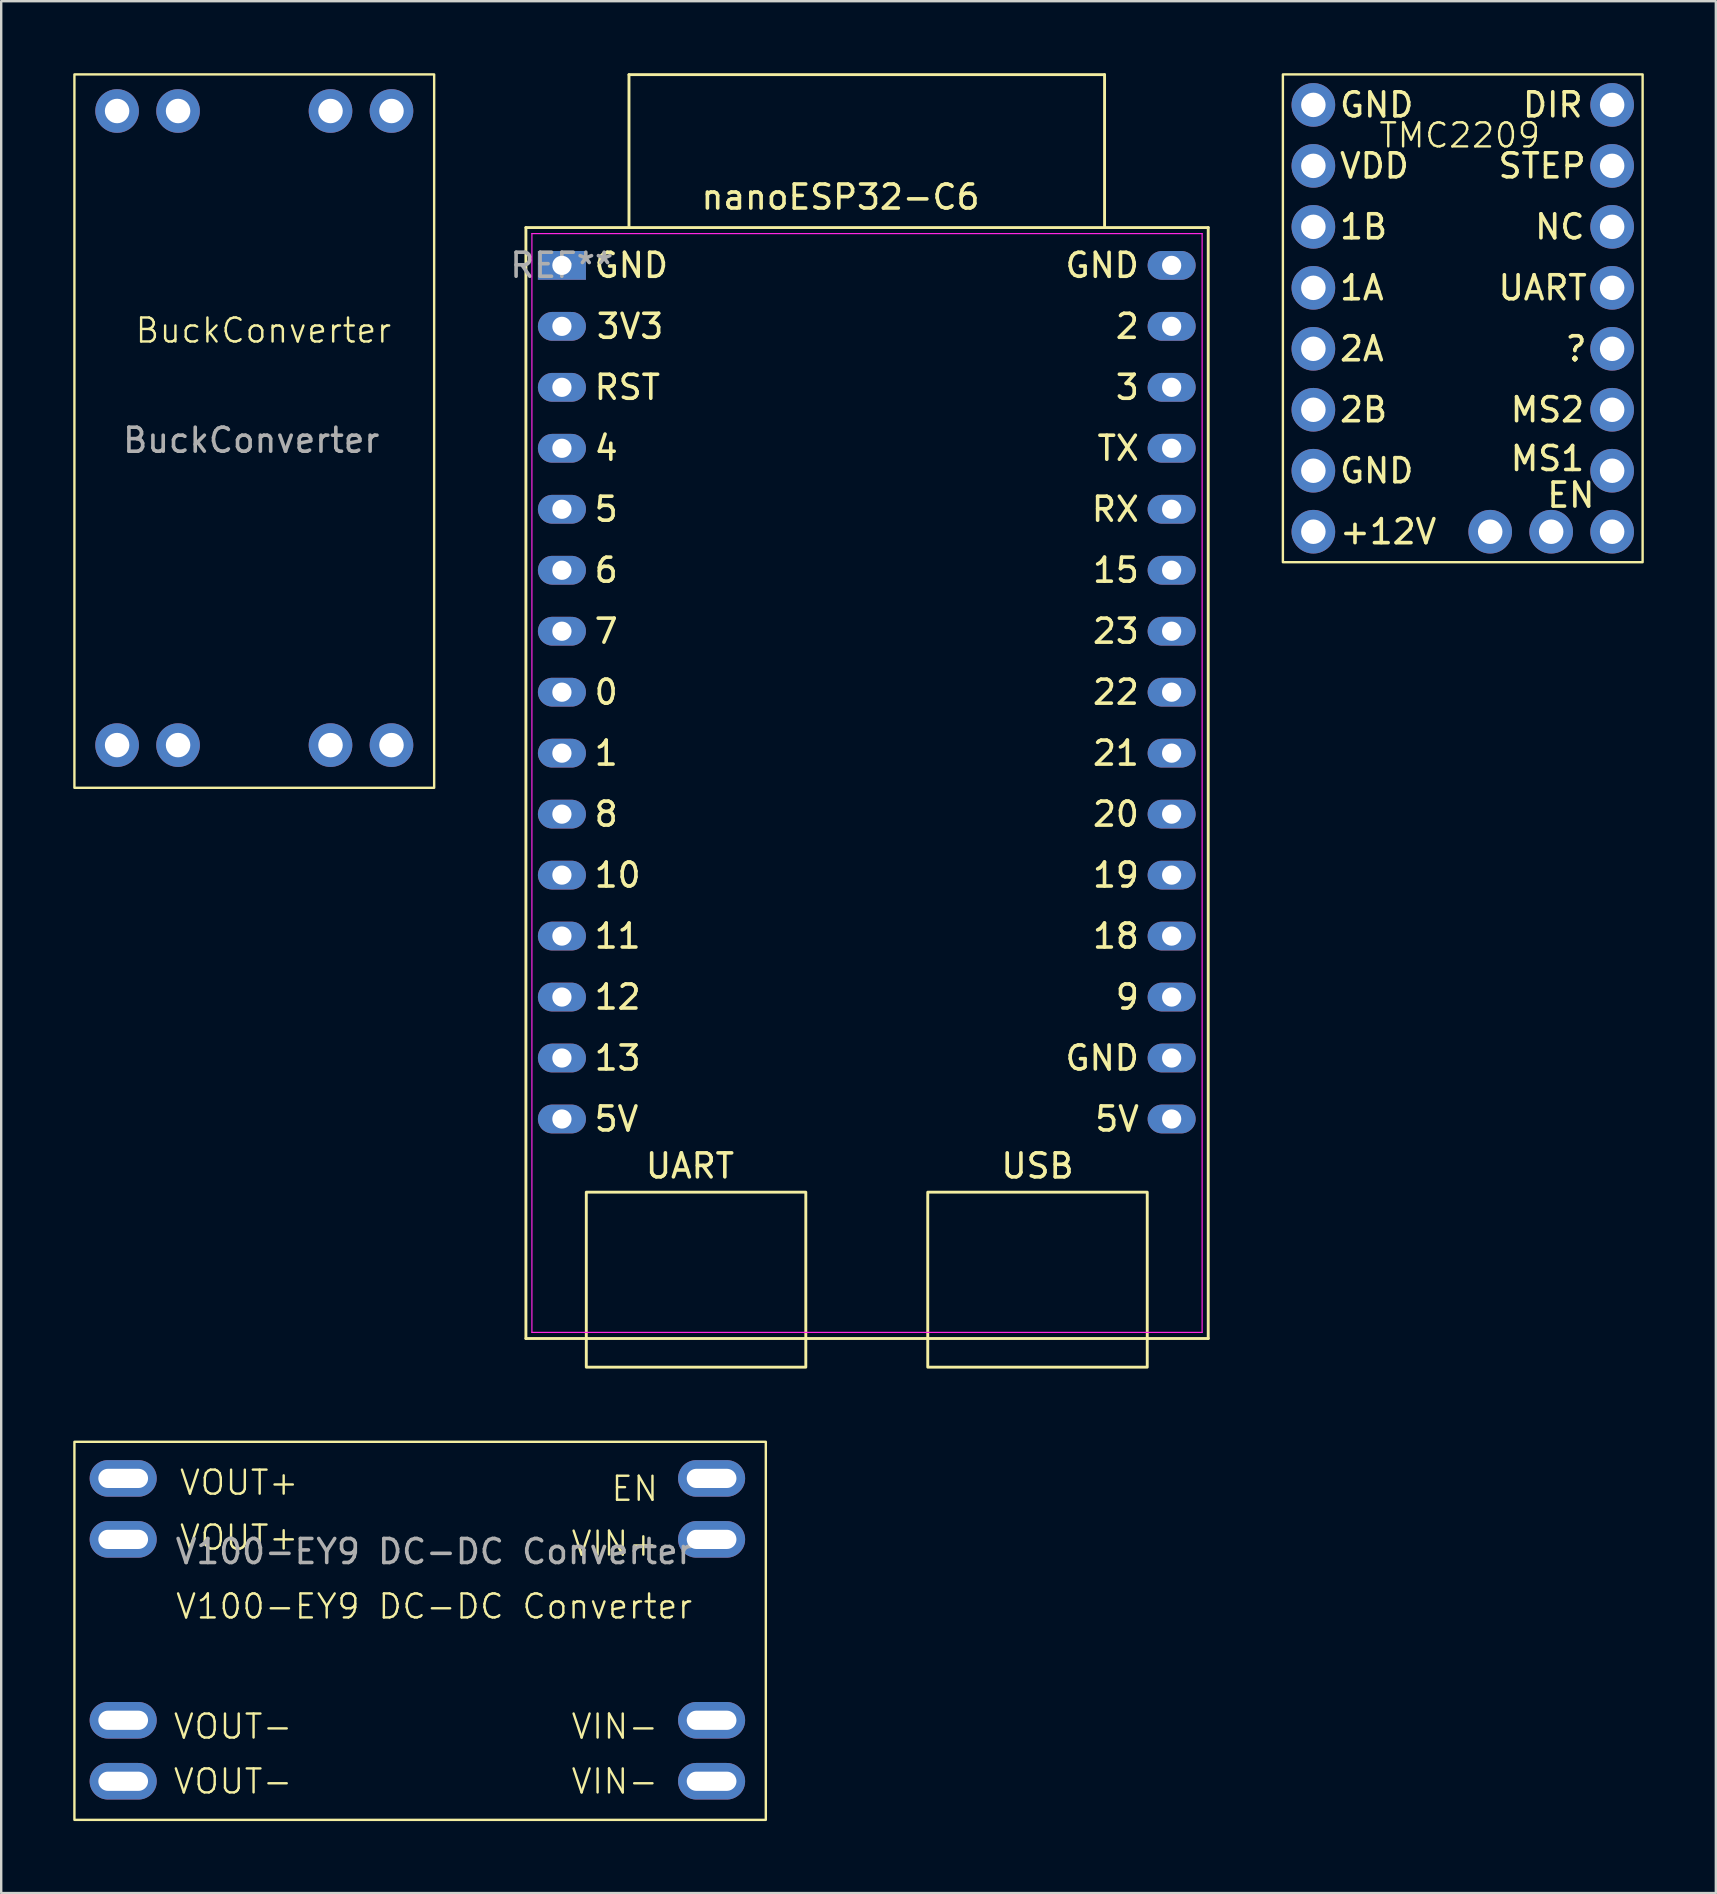
<source format=kicad_pcb>
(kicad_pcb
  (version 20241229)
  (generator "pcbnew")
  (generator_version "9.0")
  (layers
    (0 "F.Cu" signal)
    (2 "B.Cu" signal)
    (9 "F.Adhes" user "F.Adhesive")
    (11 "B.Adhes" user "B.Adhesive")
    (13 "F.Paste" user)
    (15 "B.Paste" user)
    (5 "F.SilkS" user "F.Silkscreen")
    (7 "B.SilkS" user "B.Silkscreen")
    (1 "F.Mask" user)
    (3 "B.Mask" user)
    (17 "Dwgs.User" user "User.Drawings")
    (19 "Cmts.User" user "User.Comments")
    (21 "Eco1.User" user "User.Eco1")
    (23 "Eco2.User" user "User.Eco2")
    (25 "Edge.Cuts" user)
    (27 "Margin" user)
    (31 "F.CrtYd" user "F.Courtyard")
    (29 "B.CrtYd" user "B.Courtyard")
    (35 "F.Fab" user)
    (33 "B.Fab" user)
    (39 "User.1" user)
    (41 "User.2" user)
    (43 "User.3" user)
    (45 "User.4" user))
  (footprint "V100-EY9 DC-DC Converter"
    (layer "F.Cu")
    (at 1.574 58.537)
    (property "Reference" "V100-EY9 DC-DC Converter" (at 13.462 5.334 0) (unlocked yes) (layer "F.SilkS") (effects (font (size 1 1) (thickness 0.1))))
    (attr through_hole)
    (fp_rect (start -1.524 -1.524) (end 27.278 14.224) (stroke (width 0.1) (type default)) (fill no) (layer "F.SilkS"))
    (fp_text user "VIN+" (at 22.86 3.302 0) (unlocked yes) (layer "F.SilkS") (effects (font (size 1 1) (thickness 0.1)) (justify right bottom)))
    (fp_text user "VOUT+" (at 2.794 3.048 0) (unlocked yes) (layer "F.SilkS") (effects (font (size 1 1) (thickness 0.1)) (justify left bottom)))
    (fp_text user "VIN-" (at 22.86 10.922 0) (unlocked yes) (layer "F.SilkS") (effects (font (size 1 1) (thickness 0.1)) (justify right bottom)))
    (fp_text user "VOUT-" (at 2.54 10.922 0) (unlocked yes) (layer "F.SilkS") (effects (font (size 1 1) (thickness 0.1)) (justify left bottom)))
    (fp_text user "VOUT-" (at 2.54 13.208 0) (unlocked yes) (layer "F.SilkS") (effects (font (size 1 1) (thickness 0.1)) (justify left bottom)))
    (fp_text user "VIN-" (at 22.86 13.208 0) (unlocked yes) (layer "F.SilkS") (effects (font (size 1 1) (thickness 0.1)) (justify right bottom)))
    (fp_text user "EN" (at 22.86 1.016 0) (unlocked yes) (layer "F.SilkS") (effects (font (size 1 1) (thickness 0.1)) (justify right bottom)))
    (fp_text user "VOUT+" (at 2.794 0.762 0) (unlocked yes) (layer "F.SilkS") (effects (font (size 1 1) (thickness 0.1)) (justify left bottom)))
    (fp_text user "${REFERENCE}" (at 13.462 3.048 0) (unlocked yes) (layer "F.Fab") (effects (font (size 1 1) (thickness 0.15))))
    (pad "1" thru_hole oval (at 0.508 0 90) (size 1.524 2.794) (drill oval 0.8 2.07) (layers "*.Cu" "*.Mask"))
    (pad "1" thru_hole oval (at 0.508 2.54 90) (size 1.524 2.794) (drill oval 0.8 2.07) (layers "*.Cu" "*.Mask"))
    (pad "2" thru_hole oval (at 0.508 10.076 90) (size 1.524 2.794) (drill oval 0.8 2.07) (layers "*.Cu" "*.Mask"))
    (pad "2" thru_hole oval (at 0.508 12.616 90) (size 1.524 2.794) (drill oval 0.8 2.07) (layers "*.Cu" "*.Mask"))
    (pad "3" thru_hole oval (at 25.019 0 90) (size 1.524 2.794) (drill oval 0.8 2.07) (layers "*.Cu" "*.Mask"))
    (pad "4" thru_hole oval (at 25.019 2.54 90) (size 1.524 2.794) (drill oval 0.8 2.07) (layers "*.Cu" "*.Mask"))
    (pad "5" thru_hole oval (at 25.019 10.076 90) (size 1.524 2.794) (drill oval 0.8 2.07) (layers "*.Cu" "*.Mask"))
    (pad "5" thru_hole oval (at 25.019 12.616 90) (size 1.524 2.794) (drill oval 0.8 2.07) (layers "*.Cu" "*.Mask")))
  (footprint "nanoESP32-C6"
    (layer "F.Cu")
    (at 20.358 8.005)
    (property "Reference" "nanoESP32-C6" (at 11.608 -2.845 0) (layer "F.SilkS") (effects (font (size 1 1) (thickness 0.15))))
    (attr through_hole)
    (fp_line (start -1.5 -1.575) (end -1.5 44.704) (stroke (width 0.12) (type solid)) (layer "F.SilkS"))
    (fp_line (start -1.5 44.704) (end 26.924 44.704) (stroke (width 0.12) (type solid)) (layer "F.SilkS"))
    (fp_line (start 2.794 -7.945) (end 22.606 -7.945) (stroke (width 0.12) (type solid)) (layer "F.SilkS"))
    (fp_line (start 2.794 -1.595) (end 2.794 -7.945) (stroke (width 0.12) (type solid)) (layer "F.SilkS"))
    (fp_line (start 22.606 -7.945) (end 22.606 -1.595) (stroke (width 0.12) (type solid)) (layer "F.SilkS"))
    (fp_line (start 26.924 44.704) (end 26.924 -1.575) (stroke (width 0.12) (type solid)) (layer "F.SilkS"))
    (fp_line (start 26.924 -1.575) (end -1.5 -1.575) (stroke (width 0.12) (type solid)) (layer "F.SilkS"))
    (fp_rect (start 1.016 38.608) (end 10.16 45.898) (stroke (width 0.12) (type solid)) (fill no) (layer "F.SilkS"))
    (fp_rect (start 15.24 38.608) (end 24.384 45.898) (stroke (width 0.12) (type solid)) (fill no) (layer "F.SilkS"))
    (fp_line (start -1.25 -1.325) (end 26.67 -1.325) (stroke (width 0.05) (type solid)) (layer "F.CrtYd"))
    (fp_line (start -1.25 44.45) (end -1.25 -1.325) (stroke (width 0.05) (type solid)) (layer "F.CrtYd"))
    (fp_line (start 26.67 -1.325) (end 26.67 44.45) (stroke (width 0.05) (type solid)) (layer "F.CrtYd"))
    (fp_line (start 26.67 44.45) (end -1.25 44.45) (stroke (width 0.05) (type solid)) (layer "F.CrtYd"))
    (fp_text user "7" (at 1.27 15.24 0) (unlocked yes) (layer "F.SilkS") (effects (font (size 1 1) (thickness 0.15)) (justify left)))
    (fp_text user "15" (at 24.13 12.7 0) (unlocked yes) (layer "F.SilkS") (effects (font (size 1 1) (thickness 0.15)) (justify right)))
    (fp_text user "GND" (at 1.27 0 0) (unlocked yes) (layer "F.SilkS") (effects (font (size 1 1) (thickness 0.15)) (justify left)))
    (fp_text user "10" (at 1.27 25.4 0) (unlocked yes) (layer "F.SilkS") (effects (font (size 1 1) (thickness 0.15)) (justify left)))
    (fp_text user "4" (at 1.27 7.62 0) (unlocked yes) (layer "F.SilkS") (effects (font (size 1 1) (thickness 0.15)) (justify left)))
    (fp_text user "20" (at 24.13 22.86 0) (unlocked yes) (layer "F.SilkS") (effects (font (size 1 1) (thickness 0.15)) (justify right)))
    (fp_text user "6" (at 1.27 12.7 0) (unlocked yes) (layer "F.SilkS") (effects (font (size 1 1) (thickness 0.15)) (justify left)))
    (fp_text user "USB" (at 19.812 38.1 0) (unlocked yes) (layer "F.SilkS") (effects (font (size 1 1) (thickness 0.15)) (justify bottom)))
    (fp_text user "11" (at 1.27 27.94 0) (unlocked yes) (layer "F.SilkS") (effects (font (size 1 1) (thickness 0.15)) (justify left)))
    (fp_text user "5V" (at 24.13 35.56 0) (unlocked yes) (layer "F.SilkS") (effects (font (size 1 1) (thickness 0.15)) (justify right)))
    (fp_text user "RX" (at 24.13 10.16 0) (unlocked yes) (layer "F.SilkS") (effects (font (size 1 1) (thickness 0.15)) (justify right)))
    (fp_text user "RST" (at 1.27 5.08 0) (unlocked yes) (layer "F.SilkS") (effects (font (size 1 1) (thickness 0.15)) (justify left)))
    (fp_text user "22" (at 24.13 17.78 0) (unlocked yes) (layer "F.SilkS") (effects (font (size 1 1) (thickness 0.15)) (justify right)))
    (fp_text user "8" (at 1.27 22.86 0) (unlocked yes) (layer "F.SilkS") (effects (font (size 1 1) (thickness 0.15)) (justify left)))
    (fp_text user "3V3" (at 4.318 2.54 0) (unlocked yes) (layer "F.SilkS") (effects (font (size 1 1) (thickness 0.15)) (justify right)))
    (fp_text user "GND" (at 24.13 33.02 0) (unlocked yes) (layer "F.SilkS") (effects (font (size 1 1) (thickness 0.15)) (justify right)))
    (fp_text user "12" (at 1.27 30.48 0) (unlocked yes) (layer "F.SilkS") (effects (font (size 1 1) (thickness 0.15)) (justify left)))
    (fp_text user "GND" (at 24.13 0 0) (unlocked yes) (layer "F.SilkS") (effects (font (size 1 1) (thickness 0.15)) (justify right)))
    (fp_text user "2" (at 24.13 2.54 0) (unlocked yes) (layer "F.SilkS") (effects (font (size 1 1) (thickness 0.15)) (justify right)))
    (fp_text user "13" (at 1.27 33.02 0) (unlocked yes) (layer "F.SilkS") (effects (font (size 1 1) (thickness 0.15)) (justify left)))
    (fp_text user "3" (at 24.13 5.08 0) (unlocked yes) (layer "F.SilkS") (effects (font (size 1 1) (thickness 0.15)) (justify right)))
    (fp_text user "1" (at 1.27 20.32 0) (unlocked yes) (layer "F.SilkS") (effects (font (size 1 1) (thickness 0.15)) (justify left)))
    (fp_text user "19" (at 24.13 25.4 0) (unlocked yes) (layer "F.SilkS") (effects (font (size 1 1) (thickness 0.15)) (justify right)))
    (fp_text user "5V" (at 1.27 35.56 0) (unlocked yes) (layer "F.SilkS") (effects (font (size 1 1) (thickness 0.15)) (justify left)))
    (fp_text user "0" (at 1.27 17.78 0) (unlocked yes) (layer "F.SilkS") (effects (font (size 1 1) (thickness 0.15)) (justify left)))
    (fp_text user "TX" (at 24.13 7.62 0) (unlocked yes) (layer "F.SilkS") (effects (font (size 1 1) (thickness 0.15)) (justify right)))
    (fp_text user "21" (at 24.13 20.32 0) (unlocked yes) (layer "F.SilkS") (effects (font (size 1 1) (thickness 0.15)) (justify right)))
    (fp_text user "18" (at 24.13 27.94 0) (unlocked yes) (layer "F.SilkS") (effects (font (size 1 1) (thickness 0.15)) (justify right)))
    (fp_text user "23" (at 24.13 15.24 0) (unlocked yes) (layer "F.SilkS") (effects (font (size 1 1) (thickness 0.15)) (justify right)))
    (fp_text user "UART" (at 5.334 38.1 0) (unlocked yes) (layer "F.SilkS") (effects (font (size 1 1) (thickness 0.15)) (justify bottom)))
    (fp_text user "9" (at 24.13 30.48 0) (unlocked yes) (layer "F.SilkS") (effects (font (size 1 1) (thickness 0.15)) (justify right)))
    (fp_text user "5" (at 1.27 10.16 0) (unlocked yes) (layer "F.SilkS") (effects (font (size 1 1) (thickness 0.15)) (justify left)))
    (fp_text user "REF**" (at -0.004 -0.003 0) (layer "F.Fab") (effects (font (size 1 1) (thickness 0.15))))
    (pad "1" thru_hole rect (at 0 0 270) (size 1.2 2) (drill 0.8) (layers "*.Cu" "*.Mask"))
    (pad "2" thru_hole oval (at 0 2.54 270) (size 1.2 2) (drill 0.8) (layers "*.Cu" "*.Mask"))
    (pad "3" thru_hole oval (at 0 5.08 270) (size 1.2 2) (drill 0.8) (layers "*.Cu" "*.Mask"))
    (pad "4" thru_hole oval (at 0 7.62 270) (size 1.2 2) (drill 0.8) (layers "*.Cu" "*.Mask"))
    (pad "5" thru_hole oval (at 0 10.16 270) (size 1.2 2) (drill 0.8) (layers "*.Cu" "*.Mask"))
    (pad "6" thru_hole oval (at 0 12.7 270) (size 1.2 2) (drill 0.8) (layers "*.Cu" "*.Mask"))
    (pad "7" thru_hole oval (at 0 15.24 270) (size 1.2 2) (drill 0.8) (layers "*.Cu" "*.Mask"))
    (pad "8" thru_hole oval (at 0 17.78 270) (size 1.2 2) (drill 0.8) (layers "*.Cu" "*.Mask"))
    (pad "9" thru_hole oval (at 0 20.32 270) (size 1.2 2) (drill 0.8) (layers "*.Cu" "*.Mask"))
    (pad "10" thru_hole oval (at 0 22.86 270) (size 1.2 2) (drill 0.8) (layers "*.Cu" "*.Mask"))
    (pad "11" thru_hole oval (at 0 25.4 270) (size 1.2 2) (drill 0.8) (layers "*.Cu" "*.Mask"))
    (pad "12" thru_hole oval (at 0 27.94 270) (size 1.2 2) (drill 0.8) (layers "*.Cu" "*.Mask"))
    (pad "13" thru_hole oval (at 0 30.48 270) (size 1.2 2) (drill 0.8) (layers "*.Cu" "*.Mask"))
    (pad "14" thru_hole oval (at 0 33.02 270) (size 1.2 2) (drill 0.8) (layers "*.Cu" "*.Mask"))
    (pad "15" thru_hole oval (at 0 35.56 270) (size 1.2 2) (drill 0.8) (layers "*.Cu" "*.Mask"))
    (pad "16" thru_hole oval (at 25.4 0 270) (size 1.2 2) (drill 0.8) (layers "*.Cu" "*.Mask"))
    (pad "17" thru_hole oval (at 25.4 2.54 270) (size 1.2 2) (drill 0.8) (layers "*.Cu" "*.Mask"))
    (pad "18" thru_hole oval (at 25.4 5.08 270) (size 1.2 2) (drill 0.8) (layers "*.Cu" "*.Mask"))
    (pad "19" thru_hole oval (at 25.4 7.62 270) (size 1.2 2) (drill 0.8) (layers "*.Cu" "*.Mask"))
    (pad "20" thru_hole oval (at 25.4 10.16 270) (size 1.2 2) (drill 0.8) (layers "*.Cu" "*.Mask"))
    (pad "21" thru_hole oval (at 25.4 12.7 270) (size 1.2 2) (drill 0.8) (layers "*.Cu" "*.Mask"))
    (pad "22" thru_hole oval (at 25.4 15.24 270) (size 1.2 2) (drill 0.8) (layers "*.Cu" "*.Mask"))
    (pad "23" thru_hole oval (at 25.4 17.78 270) (size 1.2 2) (drill 0.8) (layers "*.Cu" "*.Mask"))
    (pad "24" thru_hole oval (at 25.4 20.32 270) (size 1.2 2) (drill 0.8) (layers "*.Cu" "*.Mask"))
    (pad "25" thru_hole oval (at 25.4 22.86 270) (size 1.2 2) (drill 0.8) (layers "*.Cu" "*.Mask"))
    (pad "26" thru_hole oval (at 25.4 25.4 270) (size 1.2 2) (drill 0.8) (layers "*.Cu" "*.Mask"))
    (pad "27" thru_hole oval (at 25.4 27.94 270) (size 1.2 2) (drill 0.8) (layers "*.Cu" "*.Mask"))
    (pad "28" thru_hole oval (at 25.4 30.48 270) (size 1.2 2) (drill 0.8) (layers "*.Cu" "*.Mask"))
    (pad "29" thru_hole oval (at 25.4 33.02 270) (size 1.2 2) (drill 0.8) (layers "*.Cu" "*.Mask"))
    (pad "30" thru_hole oval (at 25.4 35.56 270) (size 1.2 2) (drill 0.8) (layers "*.Cu" "*.Mask")))
  (footprint "TMC2209"
    (layer "F.Cu")
    (at 51.662 8.94)
    (property "Reference" "TMC2209" (at 6.096 -6.35 0) (unlocked yes) (layer "F.SilkS") (effects (font (size 1 1) (thickness 0.1))))
    (attr through_hole)
    (fp_rect (start -1.27 -8.89) (end 13.716 11.43) (stroke (width 0.1) (type solid)) (fill no) (layer "F.SilkS"))
    (fp_text user "VDD" (at 1.016 -5.08 0) (unlocked yes) (layer "F.SilkS") (effects (font (size 1 1) (thickness 0.15)) (justify left)))
    (fp_text user "1B" (at 1.016 -2.54 0) (unlocked yes) (layer "F.SilkS") (effects (font (size 1 1) (thickness 0.15)) (justify left)))
    (fp_text user "UART" (at 7.62 0 0) (unlocked yes) (layer "F.SilkS") (effects (font (size 1 1) (thickness 0.15)) (justify left)))
    (fp_text user "EN" (at 9.652 8.636 0) (unlocked yes) (layer "F.SilkS") (effects (font (size 1 1) (thickness 0.15)) (justify left)))
    (fp_text user "STEP" (at 7.62 -5.08 0) (unlocked yes) (layer "F.SilkS") (effects (font (size 1 1) (thickness 0.15)) (justify left)))
    (fp_text user "MS2" (at 8.128 5.08 0) (unlocked yes) (layer "F.SilkS") (effects (font (size 1 1) (thickness 0.15)) (justify left)))
    (fp_text user "NC" (at 9.144 -2.54 0) (unlocked yes) (layer "F.SilkS") (effects (font (size 1 1) (thickness 0.15)) (justify left)))
    (fp_text user "?" (at 10.414 2.54 0) (unlocked yes) (layer "F.SilkS") (effects (font (size 1 1) (thickness 0.15)) (justify left)))
    (fp_text user "GND" (at 1.016 7.62 0) (unlocked yes) (layer "F.SilkS") (effects (font (size 1 1) (thickness 0.15)) (justify left)))
    (fp_text user "MS1" (at 8.128 7.112 0) (unlocked yes) (layer "F.SilkS") (effects (font (size 1 1) (thickness 0.15)) (justify left)))
    (fp_text user "2B" (at 1.016 5.08 0) (unlocked yes) (layer "F.SilkS") (effects (font (size 1 1) (thickness 0.15)) (justify left)))
    (fp_text user "2A" (at 1.016 2.54 0) (unlocked yes) (layer "F.SilkS") (effects (font (size 1 1) (thickness 0.15)) (justify left)))
    (fp_text user "1A" (at 1.016 0 0) (unlocked yes) (layer "F.SilkS") (effects (font (size 1 1) (thickness 0.15)) (justify left)))
    (fp_text user "+12V" (at 1.016 10.16 0) (unlocked yes) (layer "F.SilkS") (effects (font (size 1 1) (thickness 0.15)) (justify left)))
    (fp_text user "DIR" (at 8.636 -7.62 0) (unlocked yes) (layer "F.SilkS") (effects (font (size 1 1) (thickness 0.15)) (justify left)))
    (fp_text user "GND" (at 1.016 -7.62 0) (unlocked yes) (layer "F.SilkS") (effects (font (size 1 1) (thickness 0.15)) (justify left)))
    (pad "1" thru_hole circle (at 0 -7.62) (size 1.818 1.818) (drill 1.02) (layers "*.Cu" "*.Mask"))
    (pad "2" thru_hole circle (at 0 -5.08) (size 1.818 1.818) (drill 1.02) (layers "*.Cu" "*.Mask"))
    (pad "3" thru_hole circle (at 0 -2.54) (size 1.818 1.818) (drill 1.02) (layers "*.Cu" "*.Mask"))
    (pad "4" thru_hole circle (at 0 0) (size 1.818 1.818) (drill 1.02) (layers "*.Cu" "*.Mask"))
    (pad "5" thru_hole circle (at 0 2.54) (size 1.818 1.818) (drill 1.02) (layers "*.Cu" "*.Mask"))
    (pad "6" thru_hole circle (at 0 5.08) (size 1.818 1.818) (drill 1.02) (layers "*.Cu" "*.Mask"))
    (pad "7" thru_hole circle (at 0 7.62) (size 1.818 1.818) (drill 1.02) (layers "*.Cu" "*.Mask"))
    (pad "8" thru_hole circle (at 0 10.16) (size 1.818 1.818) (drill 1.02) (layers "*.Cu" "*.Mask"))
    (pad "9" thru_hole circle (at 12.446 -7.62) (size 1.818 1.818) (drill 1.02) (layers "*.Cu" "*.Mask"))
    (pad "10" thru_hole circle (at 12.446 -5.08) (size 1.818 1.818) (drill 1.02) (layers "*.Cu" "*.Mask"))
    (pad "11" thru_hole circle (at 12.446 -2.54) (size 1.818 1.818) (drill 1.02) (layers "*.Cu" "*.Mask"))
    (pad "12" thru_hole circle (at 12.446 0) (size 1.818 1.818) (drill 1.02) (layers "*.Cu" "*.Mask"))
    (pad "13" thru_hole circle (at 12.446 2.54) (size 1.818 1.818) (drill 1.02) (layers "*.Cu" "*.Mask"))
    (pad "14" thru_hole circle (at 12.446 5.08) (size 1.818 1.818) (drill 1.02) (layers "*.Cu" "*.Mask"))
    (pad "15" thru_hole circle (at 12.446 7.62) (size 1.818 1.818) (drill 1.02) (layers "*.Cu" "*.Mask"))
    (pad "16" thru_hole circle (at 12.446 10.16) (size 1.818 1.818) (drill 1.02) (layers "*.Cu" "*.Mask"))
    (pad "17" thru_hole circle (at 9.906 10.16) (size 1.818 1.818) (drill 1.02) (layers "*.Cu" "*.Mask"))
    (pad "18" thru_hole circle (at 7.366 10.16) (size 1.818 1.818) (drill 1.02) (layers "*.Cu" "*.Mask")))
  (footprint "BuckConverter"
    (layer "F.Cu")
    (at 1.828 1.574)
    (property "Reference" "BuckConverter" (at 6.096 9.144 0) (unlocked yes) (layer "F.SilkS") (effects (font (size 1 1) (thickness 0.1))))
    (attr through_hole)
    (fp_rect (start -1.778 -1.524) (end 13.208 28.194) (stroke (width 0.1) (type default)) (fill no) (layer "F.SilkS"))
    (fp_text user "${REFERENCE}" (at 5.588 13.716 0) (unlocked yes) (layer "F.Fab") (effects (font (size 1 1) (thickness 0.15))))
    (pad "" thru_hole circle (at 2.54 0) (size 1.818 1.818) (drill 1.02) (layers "*.Cu" "*.Mask"))
    (pad "" thru_hole circle (at 2.54 26.416) (size 1.818 1.818) (drill 1.02) (layers "*.Cu" "*.Mask"))
    (pad "" thru_hole circle (at 8.89 0) (size 1.818 1.818) (drill 1.02) (layers "*.Cu" "*.Mask"))
    (pad "" thru_hole circle (at 8.89 26.416) (size 1.818 1.818) (drill 1.02) (layers "*.Cu" "*.Mask"))
    (pad "1" thru_hole circle (at 0 26.416) (size 1.818 1.818) (drill 1.02) (layers "*.Cu" "*.Mask"))
    (pad "2" thru_hole circle (at 11.43 26.416) (size 1.818 1.818) (drill 1.02) (layers "*.Cu" "*.Mask"))
    (pad "3" thru_hole circle (at 0 0) (size 1.818 1.818) (drill 1.02) (layers "*.Cu" "*.Mask"))
    (pad "4" thru_hole circle (at 11.43 0) (size 1.818 1.818) (drill 1.02) (layers "*.Cu" "*.Mask")))
  (gr_rect
    (start -3 -3)
    (end 68.428 75.811)
    (stroke (width 0.1) (type default))
    (fill no)
    (layer "Edge.Cuts")))
</source>
